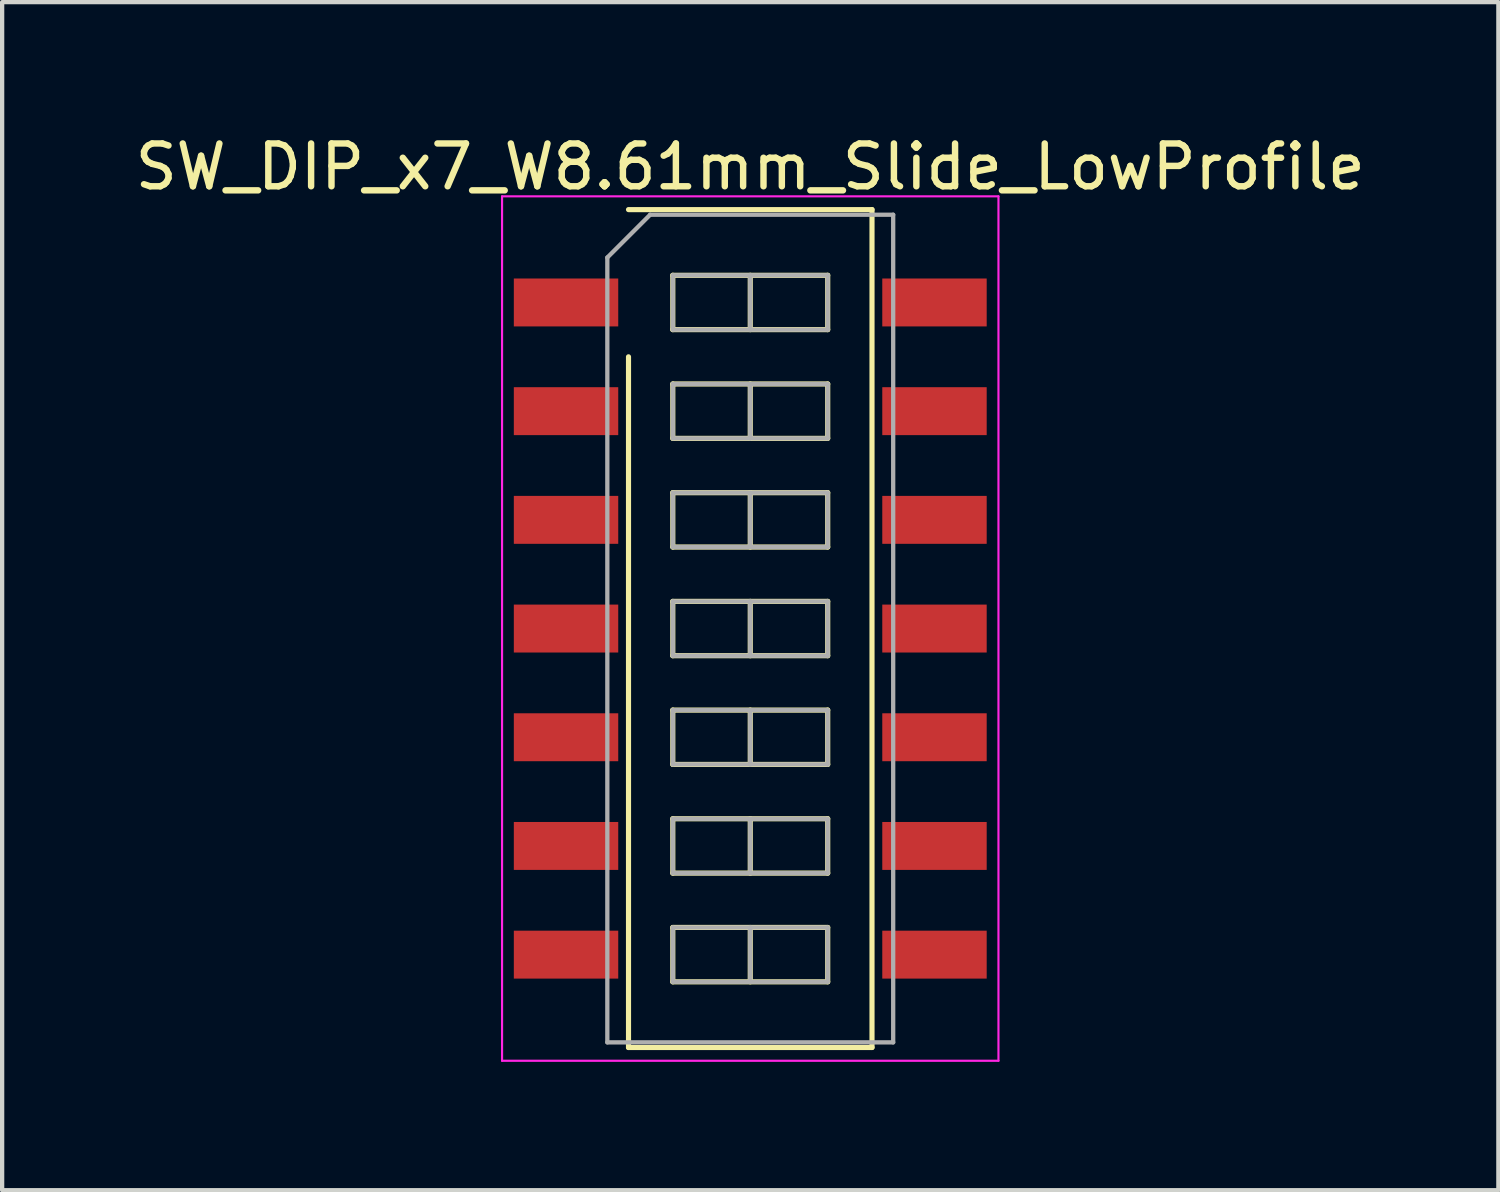
<source format=kicad_pcb>
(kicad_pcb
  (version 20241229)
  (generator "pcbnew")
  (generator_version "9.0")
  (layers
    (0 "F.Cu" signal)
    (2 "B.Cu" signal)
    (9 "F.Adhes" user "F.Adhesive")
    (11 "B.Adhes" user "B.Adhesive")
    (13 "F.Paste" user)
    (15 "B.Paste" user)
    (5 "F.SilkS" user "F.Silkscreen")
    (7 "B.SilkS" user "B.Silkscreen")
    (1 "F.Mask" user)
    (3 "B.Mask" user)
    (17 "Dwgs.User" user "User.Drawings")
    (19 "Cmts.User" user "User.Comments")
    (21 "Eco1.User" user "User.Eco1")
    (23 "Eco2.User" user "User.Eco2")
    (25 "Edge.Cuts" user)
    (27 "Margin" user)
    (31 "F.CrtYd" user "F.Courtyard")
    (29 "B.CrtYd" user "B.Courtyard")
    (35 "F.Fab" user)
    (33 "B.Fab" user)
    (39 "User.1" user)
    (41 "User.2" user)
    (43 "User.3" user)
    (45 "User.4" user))
  (footprint "SW_DIP_x7_W8.61mm_Slide_LowProfile"
    (layer "F.Cu")
    (at 14.482 11.638)
    (property "Reference" "SW_DIP_x7_W8.61mm_Slide_LowProfile" (at 0 -10.79 0) (layer "F.SilkS") (effects (font (size 1 1) (thickness 0.15))))
    (attr smd)
    (fp_line (start -2.845 -9.79) (end 2.845 -9.79) (stroke (width 0.12) (type solid)) (layer "F.SilkS"))
    (fp_line (start -2.845 9.79) (end -2.845 -6.35) (stroke (width 0.12) (type solid)) (layer "F.SilkS"))
    (fp_line (start -1.81 -8.255) (end -1.81 -6.985) (stroke (width 0.12) (type solid)) (layer "F.SilkS"))
    (fp_line (start -1.81 -6.985) (end 1.81 -6.985) (stroke (width 0.12) (type solid)) (layer "F.SilkS"))
    (fp_line (start -1.81 -5.715) (end -1.81 -4.445) (stroke (width 0.12) (type solid)) (layer "F.SilkS"))
    (fp_line (start -1.81 -4.445) (end 1.81 -4.445) (stroke (width 0.12) (type solid)) (layer "F.SilkS"))
    (fp_line (start -1.81 -3.175) (end -1.81 -1.905) (stroke (width 0.12) (type solid)) (layer "F.SilkS"))
    (fp_line (start -1.81 -1.905) (end 1.81 -1.905) (stroke (width 0.12) (type solid)) (layer "F.SilkS"))
    (fp_line (start -1.81 -0.635) (end -1.81 0.635) (stroke (width 0.12) (type solid)) (layer "F.SilkS"))
    (fp_line (start -1.81 0.635) (end 1.81 0.635) (stroke (width 0.12) (type solid)) (layer "F.SilkS"))
    (fp_line (start -1.81 1.905) (end -1.81 3.175) (stroke (width 0.12) (type solid)) (layer "F.SilkS"))
    (fp_line (start -1.81 3.175) (end 1.81 3.175) (stroke (width 0.12) (type solid)) (layer "F.SilkS"))
    (fp_line (start -1.81 4.445) (end -1.81 5.715) (stroke (width 0.12) (type solid)) (layer "F.SilkS"))
    (fp_line (start -1.81 5.715) (end 1.81 5.715) (stroke (width 0.12) (type solid)) (layer "F.SilkS"))
    (fp_line (start -1.81 6.985) (end -1.81 8.255) (stroke (width 0.12) (type solid)) (layer "F.SilkS"))
    (fp_line (start -1.81 8.255) (end 1.81 8.255) (stroke (width 0.12) (type solid)) (layer "F.SilkS"))
    (fp_line (start 0 -8.255) (end 0 -6.985) (stroke (width 0.12) (type solid)) (layer "F.SilkS"))
    (fp_line (start 0 -5.715) (end 0 -4.445) (stroke (width 0.12) (type solid)) (layer "F.SilkS"))
    (fp_line (start 0 -3.175) (end 0 -1.905) (stroke (width 0.12) (type solid)) (layer "F.SilkS"))
    (fp_line (start 0 -0.635) (end 0 0.635) (stroke (width 0.12) (type solid)) (layer "F.SilkS"))
    (fp_line (start 0 1.905) (end 0 3.175) (stroke (width 0.12) (type solid)) (layer "F.SilkS"))
    (fp_line (start 0 4.445) (end 0 5.715) (stroke (width 0.12) (type solid)) (layer "F.SilkS"))
    (fp_line (start 0 6.985) (end 0 8.255) (stroke (width 0.12) (type solid)) (layer "F.SilkS"))
    (fp_line (start 1.81 -8.255) (end -1.81 -8.255) (stroke (width 0.12) (type solid)) (layer "F.SilkS"))
    (fp_line (start 1.81 -6.985) (end 1.81 -8.255) (stroke (width 0.12) (type solid)) (layer "F.SilkS"))
    (fp_line (start 1.81 -5.715) (end -1.81 -5.715) (stroke (width 0.12) (type solid)) (layer "F.SilkS"))
    (fp_line (start 1.81 -4.445) (end 1.81 -5.715) (stroke (width 0.12) (type solid)) (layer "F.SilkS"))
    (fp_line (start 1.81 -3.175) (end -1.81 -3.175) (stroke (width 0.12) (type solid)) (layer "F.SilkS"))
    (fp_line (start 1.81 -1.905) (end 1.81 -3.175) (stroke (width 0.12) (type solid)) (layer "F.SilkS"))
    (fp_line (start 1.81 -0.635) (end -1.81 -0.635) (stroke (width 0.12) (type solid)) (layer "F.SilkS"))
    (fp_line (start 1.81 0.635) (end 1.81 -0.635) (stroke (width 0.12) (type solid)) (layer "F.SilkS"))
    (fp_line (start 1.81 1.905) (end -1.81 1.905) (stroke (width 0.12) (type solid)) (layer "F.SilkS"))
    (fp_line (start 1.81 3.175) (end 1.81 1.905) (stroke (width 0.12) (type solid)) (layer "F.SilkS"))
    (fp_line (start 1.81 4.445) (end -1.81 4.445) (stroke (width 0.12) (type solid)) (layer "F.SilkS"))
    (fp_line (start 1.81 5.715) (end 1.81 4.445) (stroke (width 0.12) (type solid)) (layer "F.SilkS"))
    (fp_line (start 1.81 6.985) (end -1.81 6.985) (stroke (width 0.12) (type solid)) (layer "F.SilkS"))
    (fp_line (start 1.81 8.255) (end 1.81 6.985) (stroke (width 0.12) (type solid)) (layer "F.SilkS"))
    (fp_line (start 2.845 -9.79) (end 2.845 9.79) (stroke (width 0.12) (type solid)) (layer "F.SilkS"))
    (fp_line (start 2.845 9.79) (end -2.845 9.79) (stroke (width 0.12) (type solid)) (layer "F.SilkS"))
    (fp_line (start -5.8 -10.1) (end -5.8 10.1) (stroke (width 0.05) (type solid)) (layer "F.CrtYd"))
    (fp_line (start -5.8 10.1) (end 5.8 10.1) (stroke (width 0.05) (type solid)) (layer "F.CrtYd"))
    (fp_line (start 5.8 -10.1) (end -5.8 -10.1) (stroke (width 0.05) (type solid)) (layer "F.CrtYd"))
    (fp_line (start 5.8 10.1) (end 5.8 -10.1) (stroke (width 0.05) (type solid)) (layer "F.CrtYd"))
    (fp_line (start -3.34 -8.67) (end -2.34 -9.67) (stroke (width 0.1) (type solid)) (layer "F.Fab"))
    (fp_line (start -3.34 9.67) (end -3.34 -8.67) (stroke (width 0.1) (type solid)) (layer "F.Fab"))
    (fp_line (start -2.34 -9.67) (end 3.34 -9.67) (stroke (width 0.1) (type solid)) (layer "F.Fab"))
    (fp_line (start -1.81 -8.255) (end -1.81 -6.985) (stroke (width 0.1) (type solid)) (layer "F.Fab"))
    (fp_line (start -1.81 -6.985) (end 1.81 -6.985) (stroke (width 0.1) (type solid)) (layer "F.Fab"))
    (fp_line (start -1.81 -5.715) (end -1.81 -4.445) (stroke (width 0.1) (type solid)) (layer "F.Fab"))
    (fp_line (start -1.81 -4.445) (end 1.81 -4.445) (stroke (width 0.1) (type solid)) (layer "F.Fab"))
    (fp_line (start -1.81 -3.175) (end -1.81 -1.905) (stroke (width 0.1) (type solid)) (layer "F.Fab"))
    (fp_line (start -1.81 -1.905) (end 1.81 -1.905) (stroke (width 0.1) (type solid)) (layer "F.Fab"))
    (fp_line (start -1.81 -0.635) (end -1.81 0.635) (stroke (width 0.1) (type solid)) (layer "F.Fab"))
    (fp_line (start -1.81 0.635) (end 1.81 0.635) (stroke (width 0.1) (type solid)) (layer "F.Fab"))
    (fp_line (start -1.81 1.905) (end -1.81 3.175) (stroke (width 0.1) (type solid)) (layer "F.Fab"))
    (fp_line (start -1.81 3.175) (end 1.81 3.175) (stroke (width 0.1) (type solid)) (layer "F.Fab"))
    (fp_line (start -1.81 4.445) (end -1.81 5.715) (stroke (width 0.1) (type solid)) (layer "F.Fab"))
    (fp_line (start -1.81 5.715) (end 1.81 5.715) (stroke (width 0.1) (type solid)) (layer "F.Fab"))
    (fp_line (start -1.81 6.985) (end -1.81 8.255) (stroke (width 0.1) (type solid)) (layer "F.Fab"))
    (fp_line (start -1.81 8.255) (end 1.81 8.255) (stroke (width 0.1) (type solid)) (layer "F.Fab"))
    (fp_line (start 0 -8.255) (end 0 -6.985) (stroke (width 0.1) (type solid)) (layer "F.Fab"))
    (fp_line (start 0 -5.715) (end 0 -4.445) (stroke (width 0.1) (type solid)) (layer "F.Fab"))
    (fp_line (start 0 -3.175) (end 0 -1.905) (stroke (width 0.1) (type solid)) (layer "F.Fab"))
    (fp_line (start 0 -0.635) (end 0 0.635) (stroke (width 0.1) (type solid)) (layer "F.Fab"))
    (fp_line (start 0 1.905) (end 0 3.175) (stroke (width 0.1) (type solid)) (layer "F.Fab"))
    (fp_line (start 0 4.445) (end 0 5.715) (stroke (width 0.1) (type solid)) (layer "F.Fab"))
    (fp_line (start 0 6.985) (end 0 8.255) (stroke (width 0.1) (type solid)) (layer "F.Fab"))
    (fp_line (start 1.81 -8.255) (end -1.81 -8.255) (stroke (width 0.1) (type solid)) (layer "F.Fab"))
    (fp_line (start 1.81 -6.985) (end 1.81 -8.255) (stroke (width 0.1) (type solid)) (layer "F.Fab"))
    (fp_line (start 1.81 -5.715) (end -1.81 -5.715) (stroke (width 0.1) (type solid)) (layer "F.Fab"))
    (fp_line (start 1.81 -4.445) (end 1.81 -5.715) (stroke (width 0.1) (type solid)) (layer "F.Fab"))
    (fp_line (start 1.81 -3.175) (end -1.81 -3.175) (stroke (width 0.1) (type solid)) (layer "F.Fab"))
    (fp_line (start 1.81 -1.905) (end 1.81 -3.175) (stroke (width 0.1) (type solid)) (layer "F.Fab"))
    (fp_line (start 1.81 -0.635) (end -1.81 -0.635) (stroke (width 0.1) (type solid)) (layer "F.Fab"))
    (fp_line (start 1.81 0.635) (end 1.81 -0.635) (stroke (width 0.1) (type solid)) (layer "F.Fab"))
    (fp_line (start 1.81 1.905) (end -1.81 1.905) (stroke (width 0.1) (type solid)) (layer "F.Fab"))
    (fp_line (start 1.81 3.175) (end 1.81 1.905) (stroke (width 0.1) (type solid)) (layer "F.Fab"))
    (fp_line (start 1.81 4.445) (end -1.81 4.445) (stroke (width 0.1) (type solid)) (layer "F.Fab"))
    (fp_line (start 1.81 5.715) (end 1.81 4.445) (stroke (width 0.1) (type solid)) (layer "F.Fab"))
    (fp_line (start 1.81 6.985) (end -1.81 6.985) (stroke (width 0.1) (type solid)) (layer "F.Fab"))
    (fp_line (start 1.81 8.255) (end 1.81 6.985) (stroke (width 0.1) (type solid)) (layer "F.Fab"))
    (fp_line (start 3.34 -9.67) (end 3.34 9.67) (stroke (width 0.1) (type solid)) (layer "F.Fab"))
    (fp_line (start 3.34 9.67) (end -3.34 9.67) (stroke (width 0.1) (type solid)) (layer "F.Fab"))
    (pad "1" smd rect (at -4.305 -7.62) (size 2.44 1.12) (layers "F.Cu" "F.Mask"))
    (pad "2" smd rect (at -4.305 -5.08) (size 2.44 1.12) (layers "F.Cu" "F.Mask"))
    (pad "3" smd rect (at -4.305 -2.54) (size 2.44 1.12) (layers "F.Cu" "F.Mask"))
    (pad "4" smd rect (at -4.305 0) (size 2.44 1.12) (layers "F.Cu" "F.Mask"))
    (pad "5" smd rect (at -4.305 2.54) (size 2.44 1.12) (layers "F.Cu" "F.Mask"))
    (pad "6" smd rect (at -4.305 5.08) (size 2.44 1.12) (layers "F.Cu" "F.Mask"))
    (pad "7" smd rect (at -4.305 7.62) (size 2.44 1.12) (layers "F.Cu" "F.Mask"))
    (pad "8" smd rect (at 4.305 7.62) (size 2.44 1.12) (layers "F.Cu" "F.Mask"))
    (pad "9" smd rect (at 4.305 5.08) (size 2.44 1.12) (layers "F.Cu" "F.Mask"))
    (pad "10" smd rect (at 4.305 2.54) (size 2.44 1.12) (layers "F.Cu" "F.Mask"))
    (pad "11" smd rect (at 4.305 0) (size 2.44 1.12) (layers "F.Cu" "F.Mask"))
    (pad "12" smd rect (at 4.305 -2.54) (size 2.44 1.12) (layers "F.Cu" "F.Mask"))
    (pad "13" smd rect (at 4.305 -5.08) (size 2.44 1.12) (layers "F.Cu" "F.Mask"))
    (pad "14" smd rect (at 4.305 -7.62) (size 2.44 1.12) (layers "F.Cu" "F.Mask")))
  (gr_rect
    (start -3 -3)
    (end 31.964 24.763)
    (stroke (width 0.1) (type default))
    (fill no)
    (layer "Edge.Cuts")))
</source>
